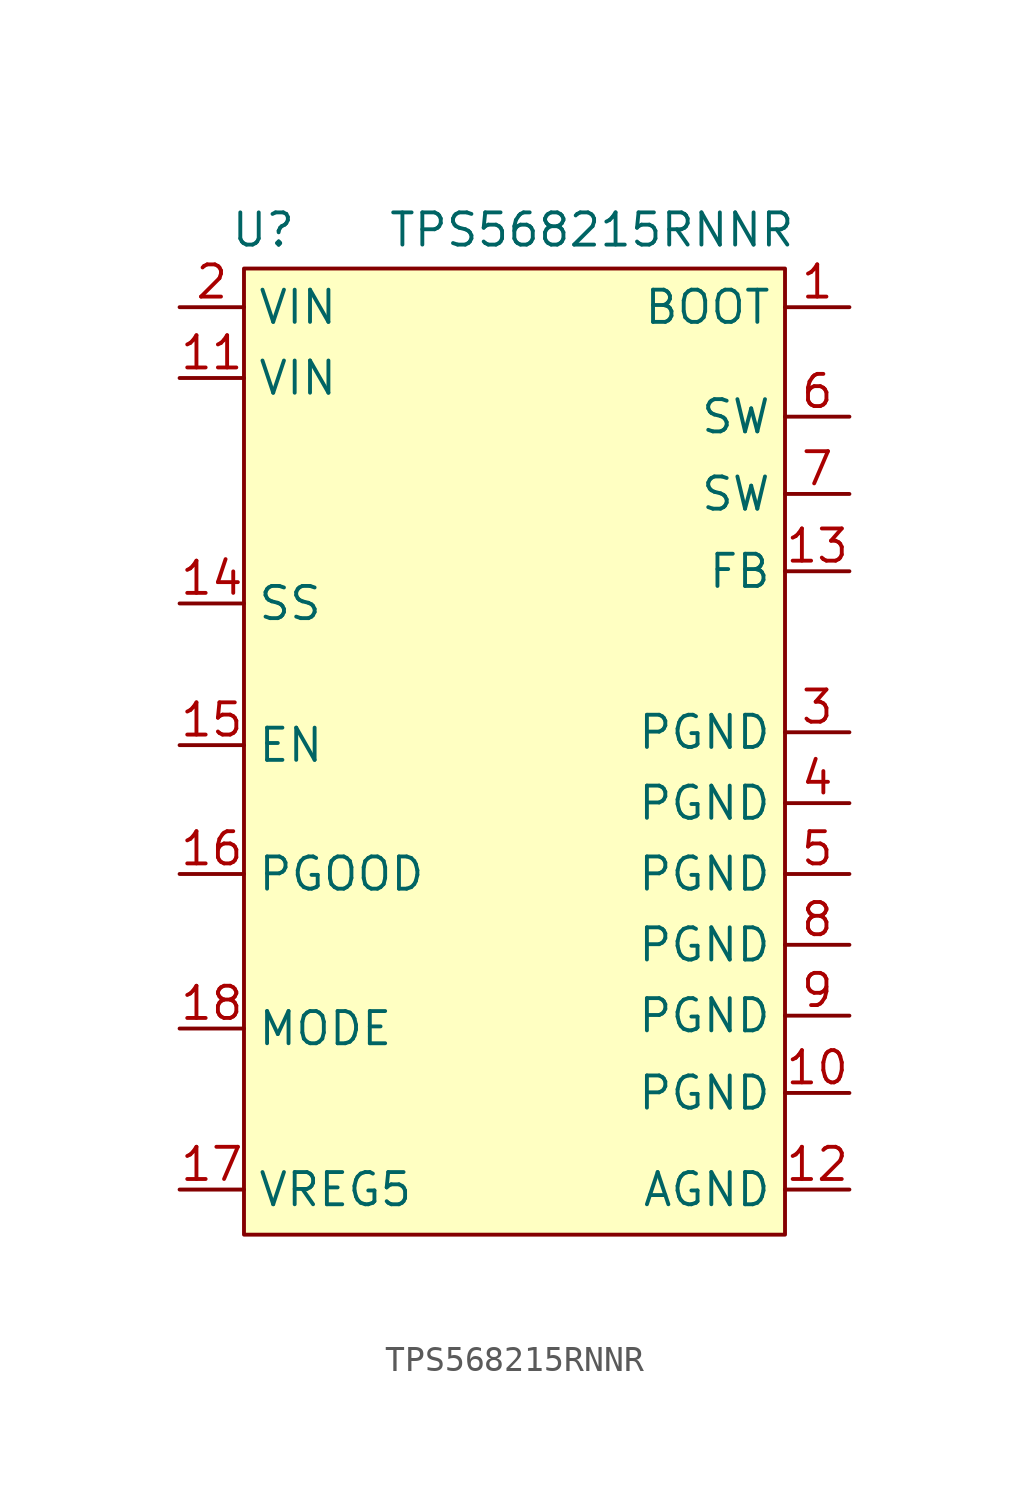
<source format=kicad_sym>
(kicad_symbol_lib
  (version 20220914)
  (generator kicad_symbol_editor)
  (symbol "TPS568215RNNR"
    (property "Reference" "U"
      (at -9.906 20.32 0)
      (effects (font (size 1.27 1.27))))
    (property "Value" "TPS568215RNNR"
      (at 3.048 20.32 0)
      (effects (font (size 1.27 1.27))))
    (symbol "TPS568215RNNR_1_1"
      (rectangle (start -10.668 18.796) (end 10.668 -19.304) (stroke (width 0) (type default)) (fill (type background)))
      (pin input line (at 13.208 17.272 180) (length 2.54) (name "BOOT" (effects (font (size 1.27 1.27)))) (number "1" (effects (font (size 1.27 1.27)))))
      (pin power_in line (at 13.208 -13.716 180) (length 2.54) (name "PGND" (effects (font (size 1.27 1.27)))) (number "10" (effects (font (size 1.27 1.27)))))
      (pin power_in line (at -13.208 14.478 0) (length 2.54) (name "VIN" (effects (font (size 1.27 1.27)))) (number "11" (effects (font (size 1.27 1.27)))))
      (pin power_in line (at 13.208 -17.526 180) (length 2.54) (name "AGND" (effects (font (size 1.27 1.27)))) (number "12" (effects (font (size 1.27 1.27)))))
      (pin output line (at 13.208 6.858 180) (length 2.54) (name "FB" (effects (font (size 1.27 1.27)))) (number "13" (effects (font (size 1.27 1.27)))))
      (pin input line (at -13.208 5.588 0) (length 2.54) (name "SS" (effects (font (size 1.27 1.27)))) (number "14" (effects (font (size 1.27 1.27)))))
      (pin input line (at -13.208 0 0) (length 2.54) (name "EN" (effects (font (size 1.27 1.27)))) (number "15" (effects (font (size 1.27 1.27)))))
      (pin output line (at -13.208 -5.08 0) (length 2.54) (name "PGOOD" (effects (font (size 1.27 1.27)))) (number "16" (effects (font (size 1.27 1.27)))))
      (pin input line (at -13.208 -17.526 0) (length 2.54) (name "VREG5" (effects (font (size 1.27 1.27)))) (number "17" (effects (font (size 1.27 1.27)))))
      (pin input line (at -13.208 -11.176 0) (length 2.54) (name "MODE" (effects (font (size 1.27 1.27)))) (number "18" (effects (font (size 1.27 1.27)))))
      (pin power_in line (at -13.208 17.272 0) (length 2.54) (name "VIN" (effects (font (size 1.27 1.27)))) (number "2" (effects (font (size 1.27 1.27)))))
      (pin power_in line (at 13.208 0.508 180) (length 2.54) (name "PGND" (effects (font (size 1.27 1.27)))) (number "3" (effects (font (size 1.27 1.27)))))
      (pin power_in line (at 13.208 -2.286 180) (length 2.54) (name "PGND" (effects (font (size 1.27 1.27)))) (number "4" (effects (font (size 1.27 1.27)))))
      (pin power_in line (at 13.208 -5.08 180) (length 2.54) (name "PGND" (effects (font (size 1.27 1.27)))) (number "5" (effects (font (size 1.27 1.27)))))
      (pin output line (at 13.208 12.954 180) (length 2.54) (name "SW" (effects (font (size 1.27 1.27)))) (number "6" (effects (font (size 1.27 1.27)))))
      (pin output line (at 13.208 9.906 180) (length 2.54) (name "SW" (effects (font (size 1.27 1.27)))) (number "7" (effects (font (size 1.27 1.27)))))
      (pin power_in line (at 13.208 -7.874 180) (length 2.54) (name "PGND" (effects (font (size 1.27 1.27)))) (number "8" (effects (font (size 1.27 1.27)))))
      (pin power_in line (at 13.208 -10.668 180) (length 2.54) (name "PGND" (effects (font (size 1.27 1.27)))) (number "9" (effects (font (size 1.27 1.27))))))))
</source>
